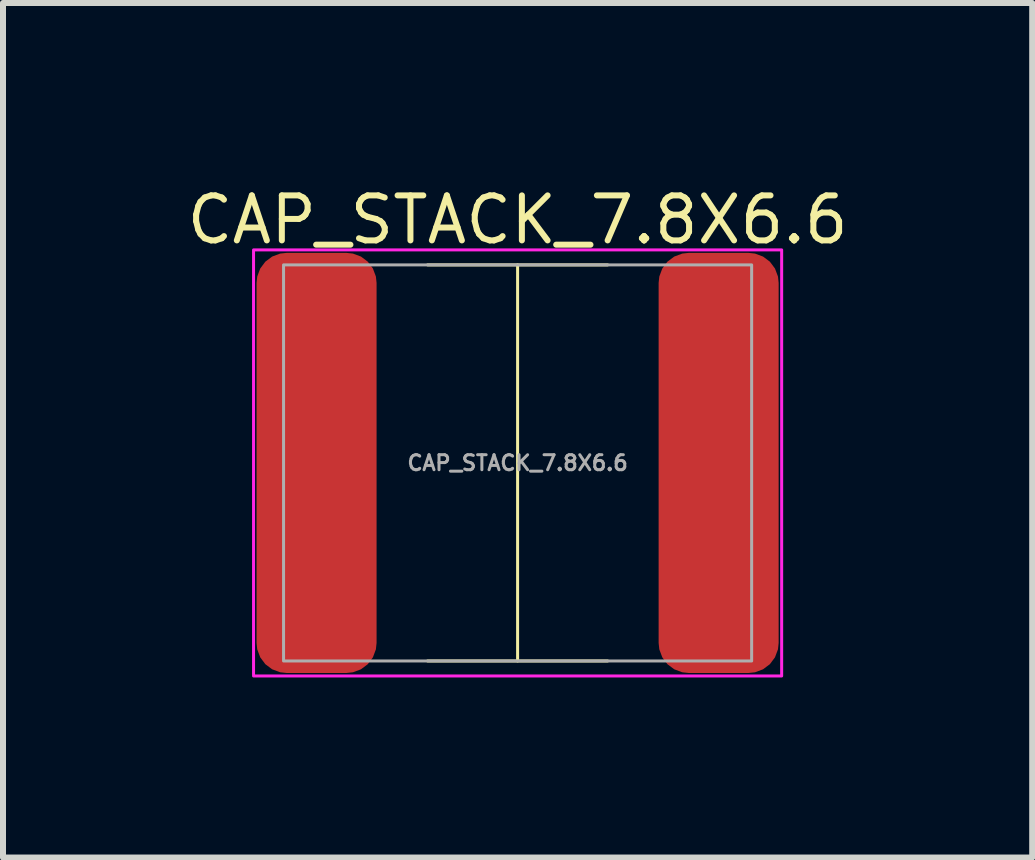
<source format=kicad_pcb>
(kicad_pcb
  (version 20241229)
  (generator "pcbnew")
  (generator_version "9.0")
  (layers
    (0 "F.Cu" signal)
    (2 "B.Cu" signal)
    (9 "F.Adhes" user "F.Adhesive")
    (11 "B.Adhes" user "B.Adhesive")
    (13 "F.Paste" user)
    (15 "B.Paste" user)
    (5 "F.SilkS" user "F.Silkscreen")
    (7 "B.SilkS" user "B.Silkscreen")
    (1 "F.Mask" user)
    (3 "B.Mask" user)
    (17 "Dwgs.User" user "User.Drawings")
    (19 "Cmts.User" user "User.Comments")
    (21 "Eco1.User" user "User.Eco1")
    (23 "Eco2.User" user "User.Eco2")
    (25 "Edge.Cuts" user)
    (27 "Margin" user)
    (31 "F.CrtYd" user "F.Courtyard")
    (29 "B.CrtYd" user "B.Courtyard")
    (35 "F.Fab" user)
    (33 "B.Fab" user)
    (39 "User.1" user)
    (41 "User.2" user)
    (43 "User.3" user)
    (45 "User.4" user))
  (footprint "CAP_STACK_7.8X6.6"
    (layer "F.Cu")
    (at 5.575 4.664)
    (property "Reference" "CAP_STACK_7.8X6.6" (at 0 -4.05 0) (unlocked yes) (layer "F.SilkS") (effects (font (size 0.75 0.75) (thickness 0.1))))
    (attr smd)
    (fp_line (start -1.5 -3.3) (end 1.5 -3.3) (stroke (width 0.05) (type solid)) (layer "F.SilkS"))
    (fp_line (start 0 -3.3) (end 0 3.3) (stroke (width 0.05) (type solid)) (layer "F.SilkS"))
    (fp_line (start 1.5 3.3) (end -1.5 3.3) (stroke (width 0.05) (type solid)) (layer "F.SilkS"))
    (fp_rect (start -4.4 -3.55) (end 4.4 3.55) (stroke (width 0.05) (type solid)) (fill no) (layer "F.CrtYd"))
    (fp_rect (start -3.9 -3.3) (end 3.9 3.3) (stroke (width 0.05) (type solid)) (fill no) (layer "F.Fab"))
    (fp_text user "${REFERENCE}" (at 0 0 0) (unlocked yes) (layer "F.Fab") (effects (font (size 0.25 0.25) (thickness 0.05))))
    (pad "1" smd roundrect (at -3.35 0) (size 2 7) (layers "F.Cu" "F.Mask" "F.Paste") (roundrect_rratio 0.25))
    (pad "2" smd roundrect (at 3.35 0) (size 2 7) (layers "F.Cu" "F.Mask" "F.Paste") (roundrect_rratio 0.25)))
  (gr_rect
    (start -3 -3)
    (end 14.15 11.239)
    (stroke (width 0.1) (type default))
    (fill no)
    (layer "Edge.Cuts")))
</source>
